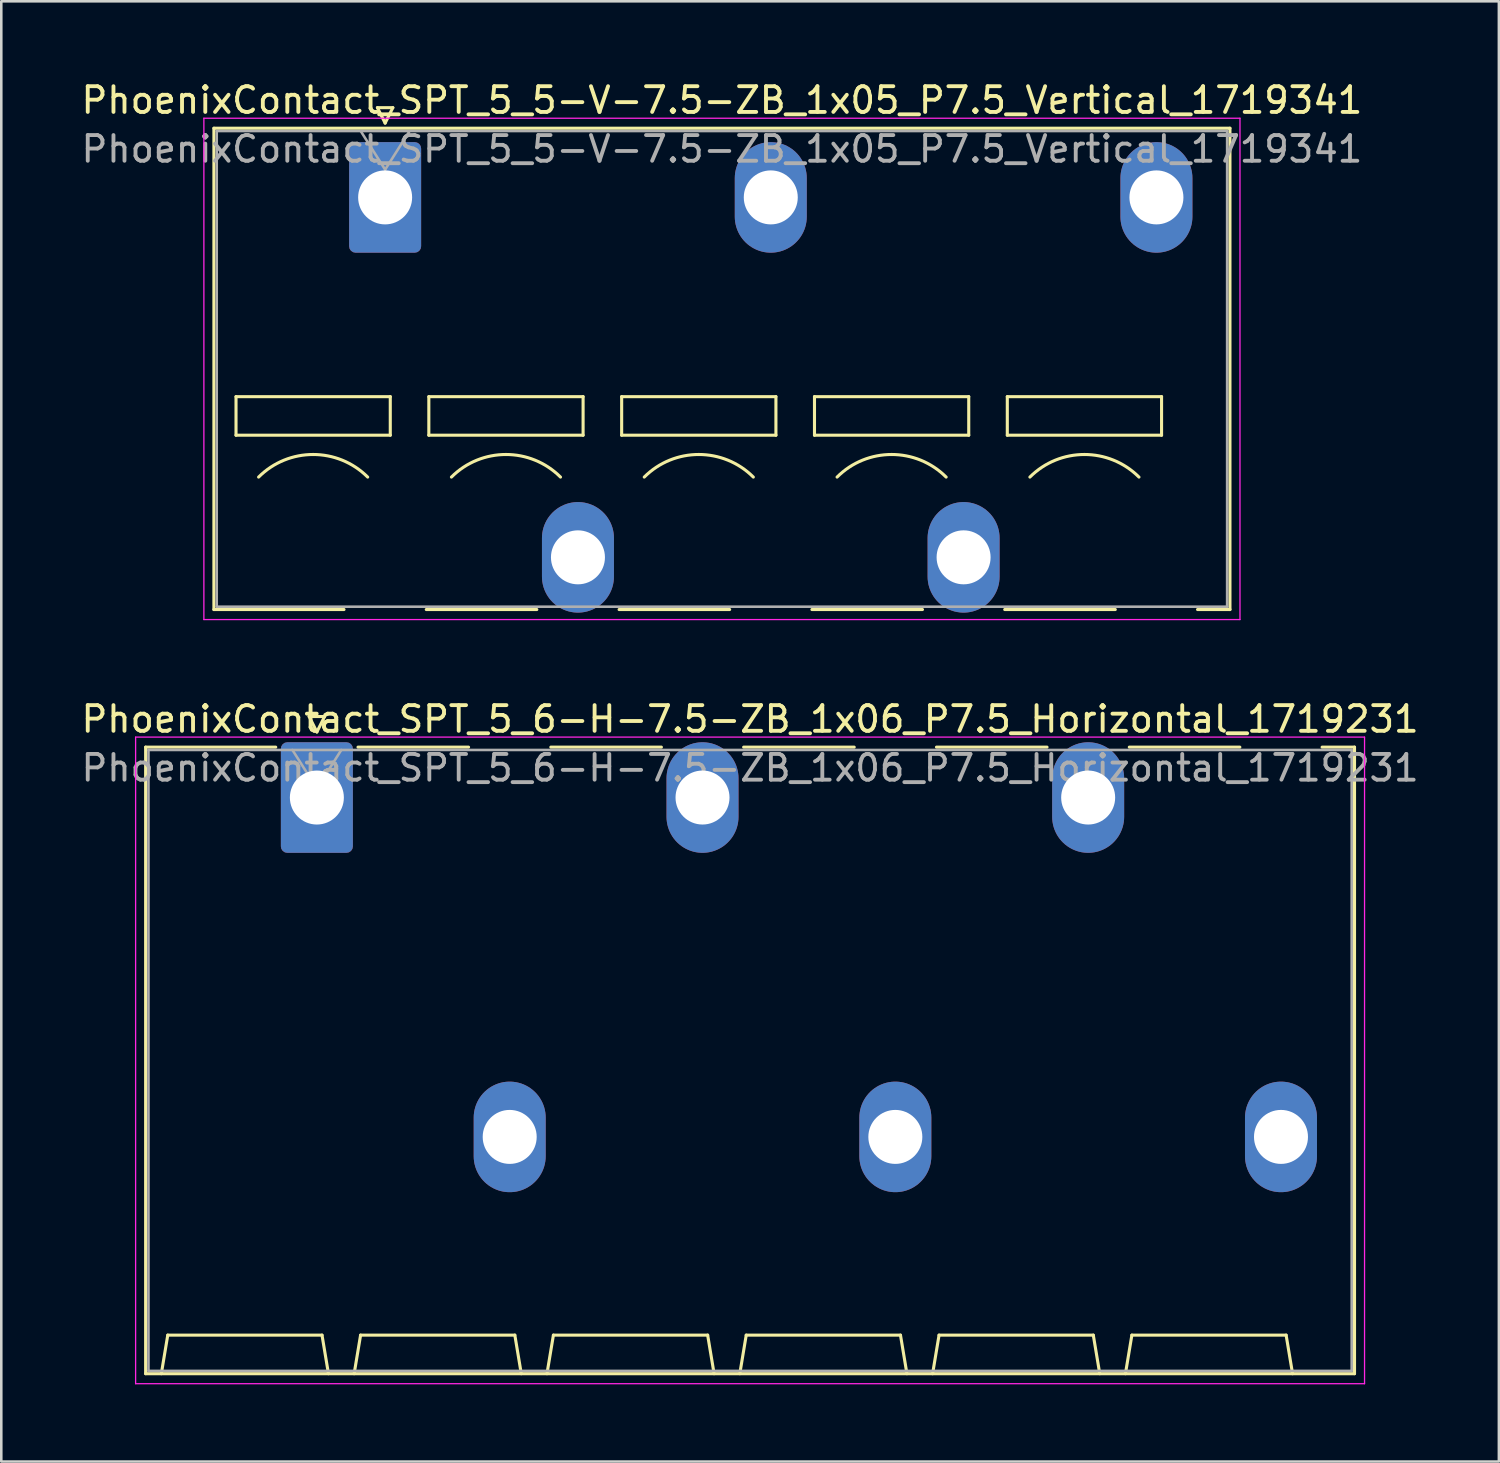
<source format=kicad_pcb>
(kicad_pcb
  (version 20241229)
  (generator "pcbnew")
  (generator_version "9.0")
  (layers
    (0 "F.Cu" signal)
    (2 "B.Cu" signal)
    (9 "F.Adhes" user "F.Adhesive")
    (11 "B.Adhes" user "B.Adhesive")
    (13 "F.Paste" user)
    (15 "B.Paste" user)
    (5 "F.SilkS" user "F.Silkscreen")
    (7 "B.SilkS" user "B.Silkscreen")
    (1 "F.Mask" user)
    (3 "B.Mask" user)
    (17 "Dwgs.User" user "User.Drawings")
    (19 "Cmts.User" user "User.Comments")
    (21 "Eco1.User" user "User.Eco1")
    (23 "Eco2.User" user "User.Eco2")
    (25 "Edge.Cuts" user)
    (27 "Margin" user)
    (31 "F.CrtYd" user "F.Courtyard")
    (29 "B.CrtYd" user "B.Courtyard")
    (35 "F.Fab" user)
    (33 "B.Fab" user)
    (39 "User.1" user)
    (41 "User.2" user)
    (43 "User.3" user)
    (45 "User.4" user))
  (footprint "PhoenixContact_SPT_5_6-H-7.5-ZB_1x06_P7.5_Horizontal_1719231"
    (layer "F.Cu")
    (at 9.275 27.971)
    (property "Reference" "PhoenixContact_SPT_5_6-H-7.5-ZB_1x06_P7.5_Horizontal_1719231" (at 16.85 -3.05 0) (layer "F.SilkS") (effects (font (size 1 1) (thickness 0.15))))
    (attr through_hole)
    (fp_line (start -6.66 -1.96) (end -1.6 -1.96) (stroke (width 0.12) (type solid)) (layer "F.SilkS"))
    (fp_line (start -6.66 22.41) (end -6.66 -1.96) (stroke (width 0.12) (type solid)) (layer "F.SilkS"))
    (fp_line (start -6.05 22.41) (end -5.8 20.91) (stroke (width 0.12) (type solid)) (layer "F.SilkS"))
    (fp_line (start -5.8 20.91) (end 0.2 20.91) (stroke (width 0.12) (type solid)) (layer "F.SilkS"))
    (fp_line (start -0.3 -3.15) (end 0 -2.55) (stroke (width 0.12) (type solid)) (layer "F.SilkS"))
    (fp_line (start -0.3 -3.15) (end 0.3 -3.15) (stroke (width 0.12) (type solid)) (layer "F.SilkS"))
    (fp_line (start 0.3 -3.15) (end 0 -2.55) (stroke (width 0.12) (type solid)) (layer "F.SilkS"))
    (fp_line (start 0.45 22.41) (end 0.2 20.91) (stroke (width 0.12) (type solid)) (layer "F.SilkS"))
    (fp_line (start 1.45 22.41) (end 1.7 20.91) (stroke (width 0.12) (type solid)) (layer "F.SilkS"))
    (fp_line (start 1.6 -1.96) (end 5.9 -1.96) (stroke (width 0.12) (type solid)) (layer "F.SilkS"))
    (fp_line (start 1.7 20.91) (end 7.7 20.91) (stroke (width 0.12) (type solid)) (layer "F.SilkS"))
    (fp_line (start 7.95 22.41) (end 7.7 20.91) (stroke (width 0.12) (type solid)) (layer "F.SilkS"))
    (fp_line (start 8.95 22.41) (end 9.2 20.91) (stroke (width 0.12) (type solid)) (layer "F.SilkS"))
    (fp_line (start 9.1 -1.96) (end 13.4 -1.96) (stroke (width 0.12) (type solid)) (layer "F.SilkS"))
    (fp_line (start 9.2 20.91) (end 15.2 20.91) (stroke (width 0.12) (type solid)) (layer "F.SilkS"))
    (fp_line (start 15.45 22.41) (end 15.2 20.91) (stroke (width 0.12) (type solid)) (layer "F.SilkS"))
    (fp_line (start 16.45 22.41) (end 16.7 20.91) (stroke (width 0.12) (type solid)) (layer "F.SilkS"))
    (fp_line (start 16.6 -1.96) (end 20.9 -1.96) (stroke (width 0.12) (type solid)) (layer "F.SilkS"))
    (fp_line (start 16.7 20.91) (end 22.7 20.91) (stroke (width 0.12) (type solid)) (layer "F.SilkS"))
    (fp_line (start 22.95 22.41) (end 22.7 20.91) (stroke (width 0.12) (type solid)) (layer "F.SilkS"))
    (fp_line (start 23.95 22.41) (end 24.2 20.91) (stroke (width 0.12) (type solid)) (layer "F.SilkS"))
    (fp_line (start 24.1 -1.96) (end 28.4 -1.96) (stroke (width 0.12) (type solid)) (layer "F.SilkS"))
    (fp_line (start 24.2 20.91) (end 30.2 20.91) (stroke (width 0.12) (type solid)) (layer "F.SilkS"))
    (fp_line (start 30.45 22.41) (end 30.2 20.91) (stroke (width 0.12) (type solid)) (layer "F.SilkS"))
    (fp_line (start 31.45 22.41) (end 31.7 20.91) (stroke (width 0.12) (type solid)) (layer "F.SilkS"))
    (fp_line (start 31.6 -1.96) (end 35.9 -1.96) (stroke (width 0.12) (type solid)) (layer "F.SilkS"))
    (fp_line (start 31.7 20.91) (end 37.7 20.91) (stroke (width 0.12) (type solid)) (layer "F.SilkS"))
    (fp_line (start 37.95 22.41) (end 37.7 20.91) (stroke (width 0.12) (type solid)) (layer "F.SilkS"))
    (fp_line (start 39.1 -1.96) (end 40.36 -1.96) (stroke (width 0.12) (type solid)) (layer "F.SilkS"))
    (fp_line (start 40.36 -1.96) (end 40.36 22.41) (stroke (width 0.12) (type solid)) (layer "F.SilkS"))
    (fp_line (start 40.36 22.41) (end -6.66 22.41) (stroke (width 0.12) (type solid)) (layer "F.SilkS"))
    (fp_line (start -7.05 -2.35) (end -7.05 22.8) (stroke (width 0.05) (type solid)) (layer "F.CrtYd"))
    (fp_line (start -7.05 22.8) (end 40.75 22.8) (stroke (width 0.05) (type solid)) (layer "F.CrtYd"))
    (fp_line (start 40.75 -2.35) (end -7.05 -2.35) (stroke (width 0.05) (type solid)) (layer "F.CrtYd"))
    (fp_line (start 40.75 22.8) (end 40.75 -2.35) (stroke (width 0.05) (type solid)) (layer "F.CrtYd"))
    (fp_line (start -6.55 -1.85) (end -6.55 22.3) (stroke (width 0.1) (type solid)) (layer "F.Fab"))
    (fp_line (start -6.55 22.3) (end 40.25 22.3) (stroke (width 0.1) (type solid)) (layer "F.Fab"))
    (fp_line (start -0.95 -1.85) (end 0 -0.35) (stroke (width 0.1) (type solid)) (layer "F.Fab"))
    (fp_line (start 0.95 -1.85) (end 0 -0.35) (stroke (width 0.1) (type solid)) (layer "F.Fab"))
    (fp_line (start 40.25 -1.85) (end -6.55 -1.85) (stroke (width 0.1) (type solid)) (layer "F.Fab"))
    (fp_line (start 40.25 22.3) (end 40.25 -1.85) (stroke (width 0.1) (type solid)) (layer "F.Fab"))
    (fp_text user "${REFERENCE}" (at 16.85 -1.15 0) (layer "F.Fab") (effects (font (size 1 1) (thickness 0.15))))
    (pad "1" thru_hole roundrect (at 0 0) (size 2.8 4.3) (drill 2.1) (layers "*.Cu" "*.Mask") (roundrect_rratio 0.089))
    (pad "2" thru_hole oval (at 7.5 13.2) (size 2.8 4.3) (drill 2.1) (layers "*.Cu" "*.Mask"))
    (pad "3" thru_hole oval (at 15 0) (size 2.8 4.3) (drill 2.1) (layers "*.Cu" "*.Mask"))
    (pad "4" thru_hole oval (at 22.5 13.2) (size 2.8 4.3) (drill 2.1) (layers "*.Cu" "*.Mask"))
    (pad "5" thru_hole oval (at 30 0) (size 2.8 4.3) (drill 2.1) (layers "*.Cu" "*.Mask"))
    (pad "6" thru_hole oval (at 37.5 13.2) (size 2.8 4.3) (drill 2.1) (layers "*.Cu" "*.Mask")))
  (footprint "PhoenixContact_SPT_5_5-V-7.5-ZB_1x05_P7.5_Vertical_1719341"
    (layer "F.Cu")
    (at 11.93 4.628)
    (property "Reference" "PhoenixContact_SPT_5_5-V-7.5-ZB_1x05_P7.5_Vertical_1719341" (at 13.1 -3.78 0) (layer "F.SilkS") (effects (font (size 1 1) (thickness 0.15))))
    (attr through_hole)
    (fp_line (start -6.66 -2.69) (end 32.86 -2.69) (stroke (width 0.12) (type solid)) (layer "F.SilkS"))
    (fp_line (start -6.66 16.03) (end -6.66 -2.69) (stroke (width 0.12) (type solid)) (layer "F.SilkS"))
    (fp_line (start -6.66 16.03) (end -1.6 16.03) (stroke (width 0.12) (type solid)) (layer "F.SilkS"))
    (fp_line (start -5.8 7.75) (end -5.8 9.25) (stroke (width 0.12) (type solid)) (layer "F.SilkS"))
    (fp_line (start -5.8 9.25) (end 0.2 9.25) (stroke (width 0.12) (type solid)) (layer "F.SilkS"))
    (fp_line (start -0.3 -3.49) (end 0 -2.89) (stroke (width 0.12) (type solid)) (layer "F.SilkS"))
    (fp_line (start -0.3 -3.49) (end 0.3 -3.49) (stroke (width 0.12) (type solid)) (layer "F.SilkS"))
    (fp_line (start 0.2 7.75) (end -5.8 7.75) (stroke (width 0.12) (type solid)) (layer "F.SilkS"))
    (fp_line (start 0.2 9.25) (end 0.2 7.75) (stroke (width 0.12) (type solid)) (layer "F.SilkS"))
    (fp_line (start 0.3 -3.49) (end 0 -2.89) (stroke (width 0.12) (type solid)) (layer "F.SilkS"))
    (fp_line (start 1.6 16.03) (end 5.9 16.03) (stroke (width 0.12) (type solid)) (layer "F.SilkS"))
    (fp_line (start 1.7 7.75) (end 1.7 9.25) (stroke (width 0.12) (type solid)) (layer "F.SilkS"))
    (fp_line (start 1.7 9.25) (end 7.7 9.25) (stroke (width 0.12) (type solid)) (layer "F.SilkS"))
    (fp_line (start 7.7 7.75) (end 1.7 7.75) (stroke (width 0.12) (type solid)) (layer "F.SilkS"))
    (fp_line (start 7.7 9.25) (end 7.7 7.75) (stroke (width 0.12) (type solid)) (layer "F.SilkS"))
    (fp_line (start 9.1 16.03) (end 13.4 16.03) (stroke (width 0.12) (type solid)) (layer "F.SilkS"))
    (fp_line (start 9.2 7.75) (end 9.2 9.25) (stroke (width 0.12) (type solid)) (layer "F.SilkS"))
    (fp_line (start 9.2 9.25) (end 15.2 9.25) (stroke (width 0.12) (type solid)) (layer "F.SilkS"))
    (fp_line (start 15.2 7.75) (end 9.2 7.75) (stroke (width 0.12) (type solid)) (layer "F.SilkS"))
    (fp_line (start 15.2 9.25) (end 15.2 7.75) (stroke (width 0.12) (type solid)) (layer "F.SilkS"))
    (fp_line (start 16.6 16.03) (end 20.9 16.03) (stroke (width 0.12) (type solid)) (layer "F.SilkS"))
    (fp_line (start 16.7 7.75) (end 16.7 9.25) (stroke (width 0.12) (type solid)) (layer "F.SilkS"))
    (fp_line (start 16.7 9.25) (end 22.7 9.25) (stroke (width 0.12) (type solid)) (layer "F.SilkS"))
    (fp_line (start 22.7 7.75) (end 16.7 7.75) (stroke (width 0.12) (type solid)) (layer "F.SilkS"))
    (fp_line (start 22.7 9.25) (end 22.7 7.75) (stroke (width 0.12) (type solid)) (layer "F.SilkS"))
    (fp_line (start 24.1 16.03) (end 28.4 16.03) (stroke (width 0.12) (type solid)) (layer "F.SilkS"))
    (fp_line (start 24.2 7.75) (end 24.2 9.25) (stroke (width 0.12) (type solid)) (layer "F.SilkS"))
    (fp_line (start 24.2 9.25) (end 30.2 9.25) (stroke (width 0.12) (type solid)) (layer "F.SilkS"))
    (fp_line (start 30.2 7.75) (end 24.2 7.75) (stroke (width 0.12) (type solid)) (layer "F.SilkS"))
    (fp_line (start 30.2 9.25) (end 30.2 7.75) (stroke (width 0.12) (type solid)) (layer "F.SilkS"))
    (fp_line (start 31.6 16.03) (end 32.86 16.03) (stroke (width 0.12) (type solid)) (layer "F.SilkS"))
    (fp_line (start 32.86 -2.69) (end 32.86 16.03) (stroke (width 0.12) (type solid)) (layer "F.SilkS"))
    (fp_arc (start -4.92132 10.87868) (mid -2.8 10) (end -0.67868 10.87868) (stroke (width 0.12) (type solid)) (layer "F.SilkS"))
    (fp_arc (start 2.57868 10.87868) (mid 4.7 10) (end 6.82132 10.87868) (stroke (width 0.12) (type solid)) (layer "F.SilkS"))
    (fp_arc (start 10.07868 10.87868) (mid 12.2 10) (end 14.32132 10.87868) (stroke (width 0.12) (type solid)) (layer "F.SilkS"))
    (fp_arc (start 17.57868 10.87868) (mid 19.7 10) (end 21.82132 10.87868) (stroke (width 0.12) (type solid)) (layer "F.SilkS"))
    (fp_arc (start 25.07868 10.87868) (mid 27.2 10) (end 29.32132 10.87868) (stroke (width 0.12) (type solid)) (layer "F.SilkS"))
    (fp_line (start -7.05 -3.08) (end -7.05 16.42) (stroke (width 0.05) (type solid)) (layer "F.CrtYd"))
    (fp_line (start -7.05 16.42) (end 33.25 16.42) (stroke (width 0.05) (type solid)) (layer "F.CrtYd"))
    (fp_line (start 33.25 -3.08) (end -7.05 -3.08) (stroke (width 0.05) (type solid)) (layer "F.CrtYd"))
    (fp_line (start 33.25 16.42) (end 33.25 -3.08) (stroke (width 0.05) (type solid)) (layer "F.CrtYd"))
    (fp_line (start -6.55 -2.58) (end -6.55 15.92) (stroke (width 0.1) (type solid)) (layer "F.Fab"))
    (fp_line (start -6.55 15.92) (end 32.75 15.92) (stroke (width 0.1) (type solid)) (layer "F.Fab"))
    (fp_line (start -0.95 -2.58) (end 0 -1.08) (stroke (width 0.1) (type solid)) (layer "F.Fab"))
    (fp_line (start 0.95 -2.58) (end 0 -1.08) (stroke (width 0.1) (type solid)) (layer "F.Fab"))
    (fp_line (start 32.75 -2.58) (end -6.55 -2.58) (stroke (width 0.1) (type solid)) (layer "F.Fab"))
    (fp_line (start 32.75 15.92) (end 32.75 -2.58) (stroke (width 0.1) (type solid)) (layer "F.Fab"))
    (fp_text user "${REFERENCE}" (at 13.1 -1.88 0) (layer "F.Fab") (effects (font (size 1 1) (thickness 0.15))))
    (pad "1" thru_hole roundrect (at 0 0) (size 2.8 4.3) (drill 2.1) (layers "*.Cu" "*.Mask") (roundrect_rratio 0.089))
    (pad "2" thru_hole oval (at 7.5 14) (size 2.8 4.3) (drill 2.1) (layers "*.Cu" "*.Mask"))
    (pad "3" thru_hole oval (at 15 0) (size 2.8 4.3) (drill 2.1) (layers "*.Cu" "*.Mask"))
    (pad "4" thru_hole oval (at 22.5 14) (size 2.8 4.3) (drill 2.1) (layers "*.Cu" "*.Mask"))
    (pad "5" thru_hole oval (at 30 0) (size 2.8 4.3) (drill 2.1) (layers "*.Cu" "*.Mask")))
  (gr_rect
    (start -3 -3)
    (end 55.25 53.797)
    (stroke (width 0.1) (type default))
    (fill no)
    (layer "Edge.Cuts")))
</source>
